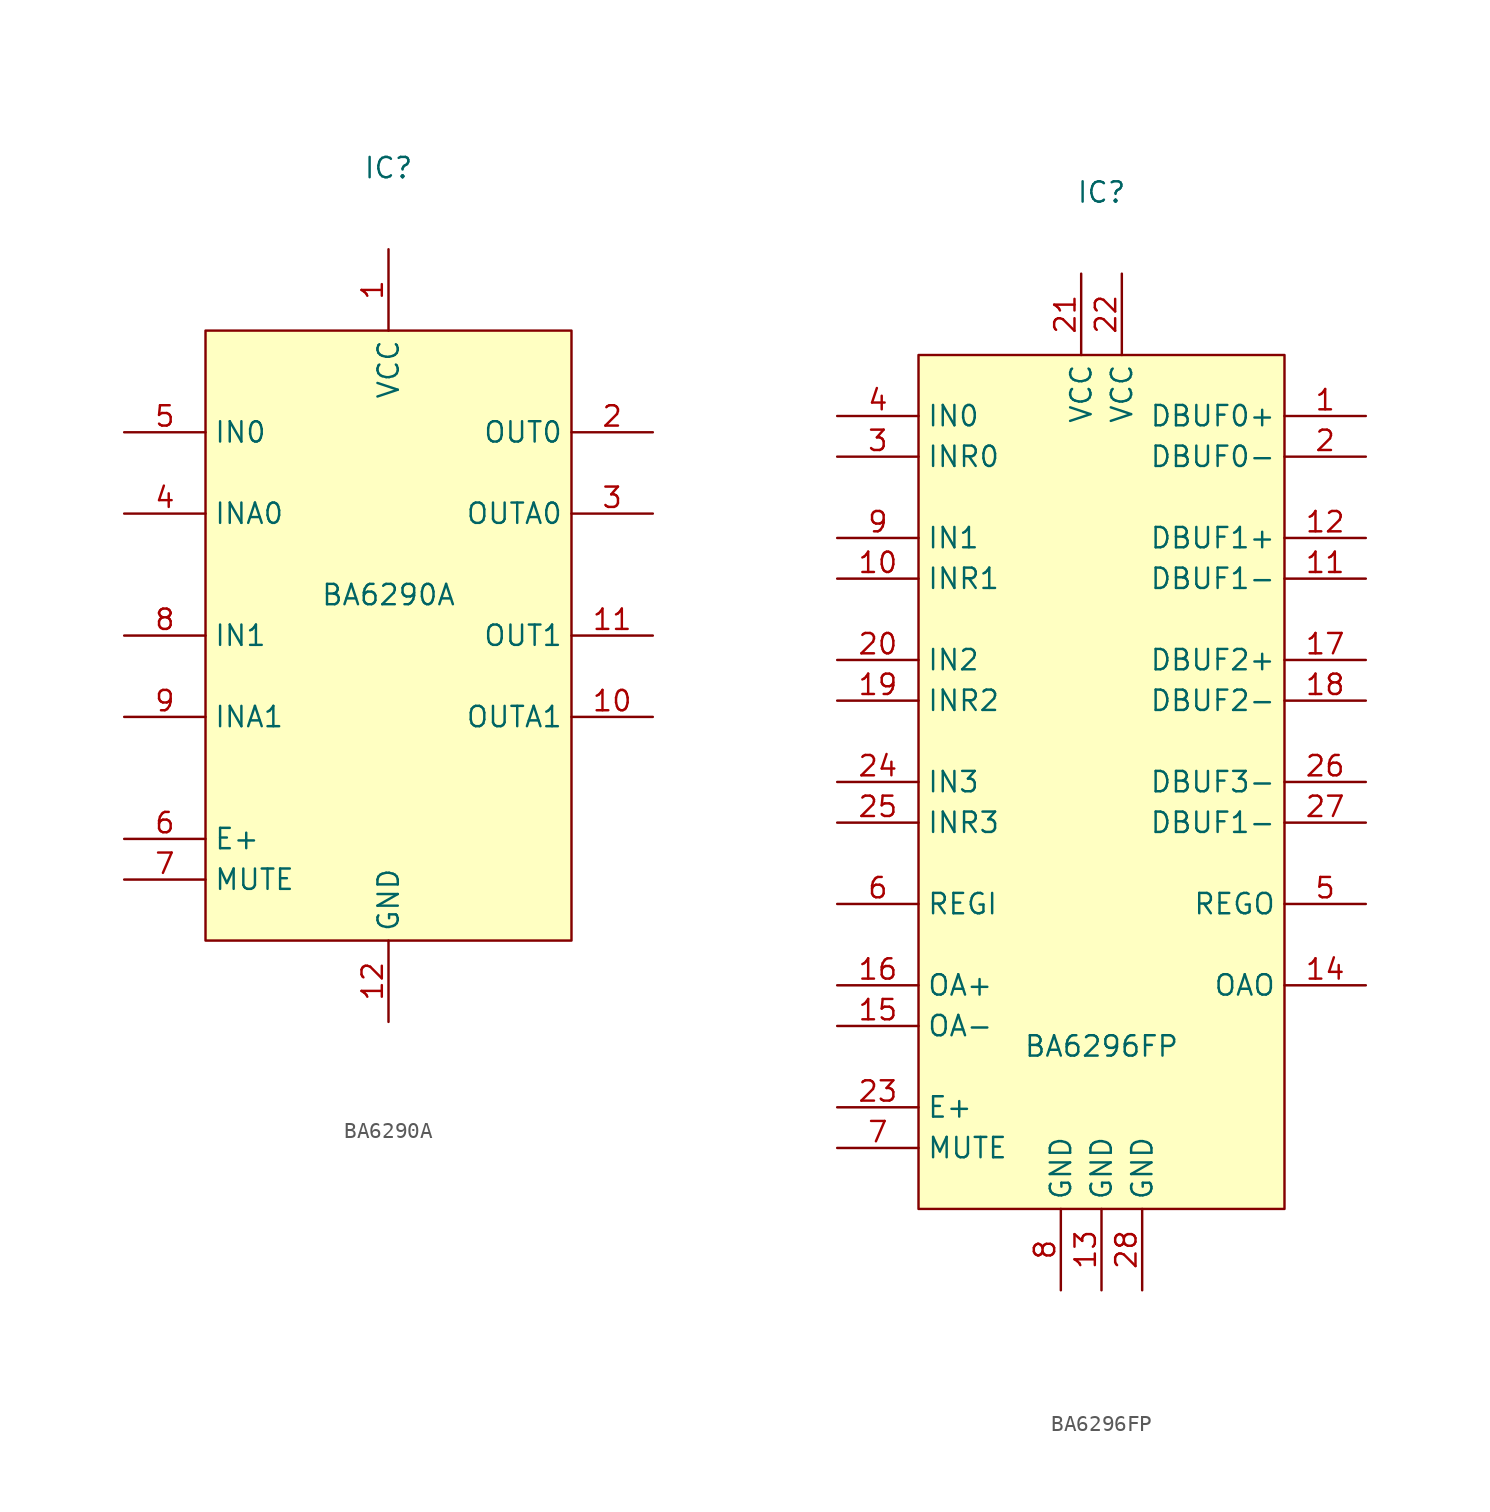
<source format=kicad_sym>
(kicad_symbol_lib
  (version 20220914)
  (generator kicad_symbol_editor)
  (symbol "BA6290A"
    (property "Reference" "IC"
      (at 0 29.21 0)
      (effects (font (size 1.27 1.27))))
    (property "Value" "BA6290A"
      (at 0 2.54 0)
      (effects (font (size 1.27 1.27))))
    (symbol "BA6290A_1_1"
      (rectangle (start -11.43 19.05) (end 11.43 -19.05) (stroke (width 0) (type default)) (fill (type background)))
      (pin power_in line (at 0 24.13 270) (length 5.08) (name "VCC" (effects (font (size 1.27 1.27)))) (number "1" (effects (font (size 1.27 1.27)))))
      (pin output line (at 16.51 -5.08 180) (length 5.08) (name "OUTA1" (effects (font (size 1.27 1.27)))) (number "10" (effects (font (size 1.27 1.27)))))
      (pin output line (at 16.51 0 180) (length 5.08) (name "OUT1" (effects (font (size 1.27 1.27)))) (number "11" (effects (font (size 1.27 1.27)))))
      (pin power_out line (at 0 -24.13 90) (length 5.08) (name "GND" (effects (font (size 1.27 1.27)))) (number "12" (effects (font (size 1.27 1.27)))))
      (pin output line (at 16.51 12.7 180) (length 5.08) (name "OUT0" (effects (font (size 1.27 1.27)))) (number "2" (effects (font (size 1.27 1.27)))))
      (pin output line (at 16.51 7.62 180) (length 5.08) (name "OUTA0" (effects (font (size 1.27 1.27)))) (number "3" (effects (font (size 1.27 1.27)))))
      (pin input line (at -16.51 7.62 0) (length 5.08) (name "INA0" (effects (font (size 1.27 1.27)))) (number "4" (effects (font (size 1.27 1.27)))))
      (pin input line (at -16.51 12.7 0) (length 5.08) (name "IN0" (effects (font (size 1.27 1.27)))) (number "5" (effects (font (size 1.27 1.27)))))
      (pin input line (at -16.51 -12.7 0) (length 5.08) (name "E+" (effects (font (size 1.27 1.27)))) (number "6" (effects (font (size 1.27 1.27)))))
      (pin input line (at -16.51 -15.24 0) (length 5.08) (name "MUTE" (effects (font (size 1.27 1.27)))) (number "7" (effects (font (size 1.27 1.27)))))
      (pin input line (at -16.51 0 0) (length 5.08) (name "IN1" (effects (font (size 1.27 1.27)))) (number "8" (effects (font (size 1.27 1.27)))))
      (pin input line (at -16.51 -5.08 0) (length 5.08) (name "INA1" (effects (font (size 1.27 1.27)))) (number "9" (effects (font (size 1.27 1.27)))))))
  (symbol "BA6296FP"
    (property "Reference" "IC"
      (at 0 29.21 0)
      (effects (font (size 1.27 1.27))))
    (property "Value" "BA6296FP"
      (at 0 -24.13 0)
      (effects (font (size 1.27 1.27))))
    (symbol "BA6296FP_1_1"
      (rectangle (start -11.43 19.05) (end 11.43 -34.29) (stroke (width 0) (type default)) (fill (type background)))
      (pin output line (at 16.51 15.24 180) (length 5.08) (name "DBUF0+" (effects (font (size 1.27 1.27)))) (number "1" (effects (font (size 1.27 1.27)))))
      (pin input line (at -16.51 5.08 0) (length 5.08) (name "INR1" (effects (font (size 1.27 1.27)))) (number "10" (effects (font (size 1.27 1.27)))))
      (pin output line (at 16.51 5.08 180) (length 5.08) (name "DBUF1-" (effects (font (size 1.27 1.27)))) (number "11" (effects (font (size 1.27 1.27)))))
      (pin output line (at 16.51 7.62 180) (length 5.08) (name "DBUF1+" (effects (font (size 1.27 1.27)))) (number "12" (effects (font (size 1.27 1.27)))))
      (pin power_out line (at 0 -39.37 90) (length 5.08) (name "GND" (effects (font (size 1.27 1.27)))) (number "13" (effects (font (size 1.27 1.27)))))
      (pin output line (at 16.51 -20.32 180) (length 5.08) (name "OAO" (effects (font (size 1.27 1.27)))) (number "14" (effects (font (size 1.27 1.27)))))
      (pin input line (at -16.51 -22.86 0) (length 5.08) (name "OA-" (effects (font (size 1.27 1.27)))) (number "15" (effects (font (size 1.27 1.27)))))
      (pin input line (at -16.51 -20.32 0) (length 5.08) (name "OA+" (effects (font (size 1.27 1.27)))) (number "16" (effects (font (size 1.27 1.27)))))
      (pin output line (at 16.51 0 180) (length 5.08) (name "DBUF2+" (effects (font (size 1.27 1.27)))) (number "17" (effects (font (size 1.27 1.27)))))
      (pin output line (at 16.51 -2.54 180) (length 5.08) (name "DBUF2-" (effects (font (size 1.27 1.27)))) (number "18" (effects (font (size 1.27 1.27)))))
      (pin input line (at -16.51 -2.54 0) (length 5.08) (name "INR2" (effects (font (size 1.27 1.27)))) (number "19" (effects (font (size 1.27 1.27)))))
      (pin output line (at 16.51 12.7 180) (length 5.08) (name "DBUF0-" (effects (font (size 1.27 1.27)))) (number "2" (effects (font (size 1.27 1.27)))))
      (pin input line (at -16.51 0 0) (length 5.08) (name "IN2" (effects (font (size 1.27 1.27)))) (number "20" (effects (font (size 1.27 1.27)))))
      (pin power_in line (at -1.27 24.13 270) (length 5.08) (name "VCC" (effects (font (size 1.27 1.27)))) (number "21" (effects (font (size 1.27 1.27)))))
      (pin power_in line (at 1.27 24.13 270) (length 5.08) (name "VCC" (effects (font (size 1.27 1.27)))) (number "22" (effects (font (size 1.27 1.27)))))
      (pin input line (at -16.51 -27.94 0) (length 5.08) (name "E+" (effects (font (size 1.27 1.27)))) (number "23" (effects (font (size 1.27 1.27)))))
      (pin input line (at -16.51 -7.62 0) (length 5.08) (name "IN3" (effects (font (size 1.27 1.27)))) (number "24" (effects (font (size 1.27 1.27)))))
      (pin input line (at -16.51 -10.16 0) (length 5.08) (name "INR3" (effects (font (size 1.27 1.27)))) (number "25" (effects (font (size 1.27 1.27)))))
      (pin output line (at 16.51 -7.62 180) (length 5.08) (name "DBUF3-" (effects (font (size 1.27 1.27)))) (number "26" (effects (font (size 1.27 1.27)))))
      (pin output line (at 16.51 -10.16 180) (length 5.08) (name "DBUF1-" (effects (font (size 1.27 1.27)))) (number "27" (effects (font (size 1.27 1.27)))))
      (pin power_out line (at 2.54 -39.37 90) (length 5.08) (name "GND" (effects (font (size 1.27 1.27)))) (number "28" (effects (font (size 1.27 1.27)))))
      (pin input line (at -16.51 12.7 0) (length 5.08) (name "INR0" (effects (font (size 1.27 1.27)))) (number "3" (effects (font (size 1.27 1.27)))))
      (pin input line (at -16.51 15.24 0) (length 5.08) (name "IN0" (effects (font (size 1.27 1.27)))) (number "4" (effects (font (size 1.27 1.27)))))
      (pin output line (at 16.51 -15.24 180) (length 5.08) (name "REGO" (effects (font (size 1.27 1.27)))) (number "5" (effects (font (size 1.27 1.27)))))
      (pin input line (at -16.51 -15.24 0) (length 5.08) (name "REGI" (effects (font (size 1.27 1.27)))) (number "6" (effects (font (size 1.27 1.27)))))
      (pin input line (at -16.51 -30.48 0) (length 5.08) (name "MUTE" (effects (font (size 1.27 1.27)))) (number "7" (effects (font (size 1.27 1.27)))))
      (pin power_out line (at -2.54 -39.37 90) (length 5.08) (name "GND" (effects (font (size 1.27 1.27)))) (number "8" (effects (font (size 1.27 1.27)))))
      (pin input line (at -16.51 7.62 0) (length 5.08) (name "IN1" (effects (font (size 1.27 1.27)))) (number "9" (effects (font (size 1.27 1.27))))))))
</source>
